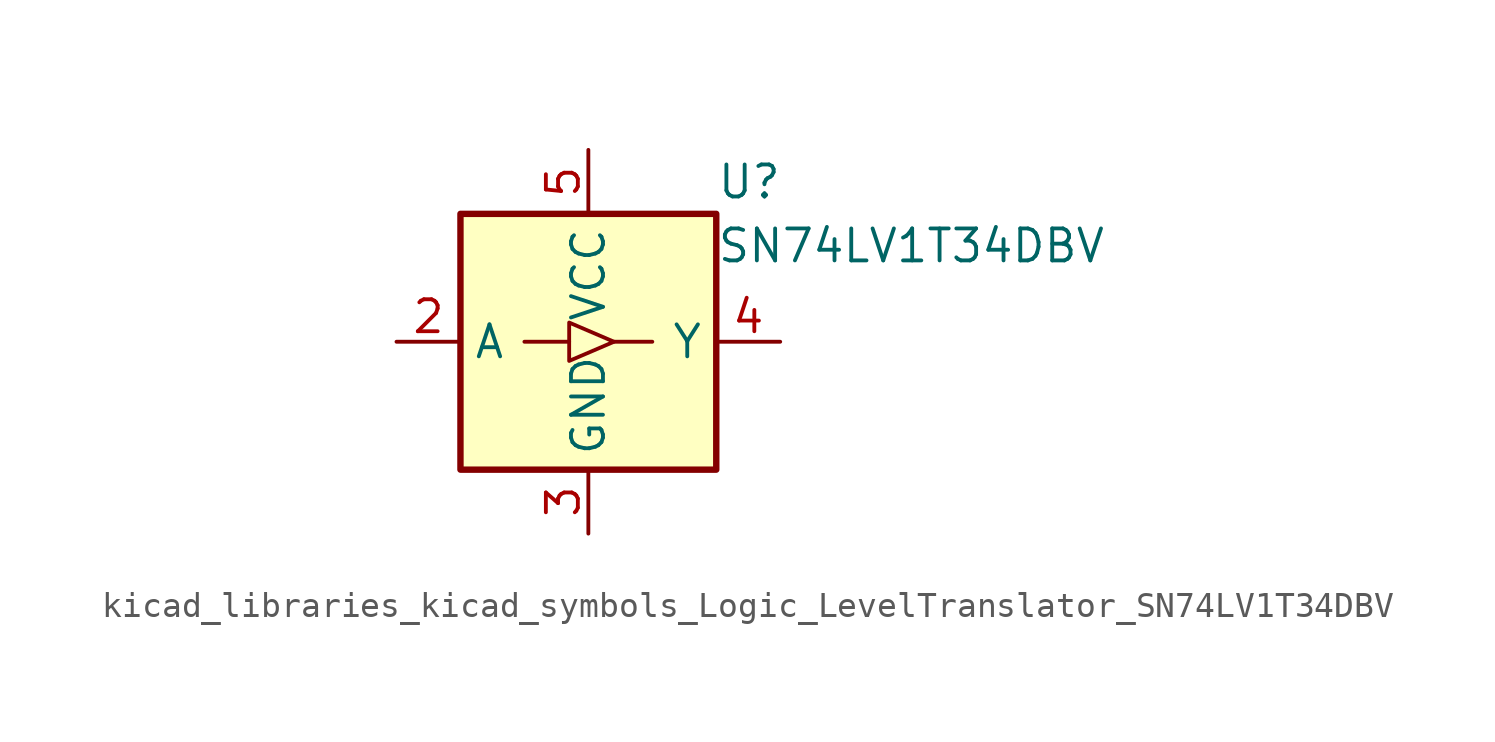
<source format=kicad_sym>
(kicad_symbol_lib
  (version 20220914)
  (generator kicad_symbol_editor)
  (symbol "kicad_libraries_kicad_symbols_Logic_LevelTranslator_SN74LV1T34DBV"
    (property "Reference" "U"
      (at 5.08 6.35 0)
      (effects (font (size 1.27 1.27)) (justify left)))
    (property "Value" "SN74LV1T34DBV"
      (at 5.08 3.81 0)
      (effects (font (size 1.27 1.27)) (justify left)))
    (symbol "kicad_libraries_kicad_symbols_Logic_LevelTranslator_SN74LV1T34DBV_0_1"
      (rectangle (start -5.08 5.08) (end 5.08 -5.08) (stroke (width 0.254) (type default)) (fill (type background)))
      (polyline (pts (xy -0.762 0) (xy -2.54 0)) (stroke (width 0) (type default)) (fill (type none)))
      (polyline (pts (xy 1.016 0) (xy 2.54 0)) (stroke (width 0) (type default)) (fill (type none))))
    (symbol "kicad_libraries_kicad_symbols_Logic_LevelTranslator_SN74LV1T34DBV_1_1"
      (polyline (pts (xy -0.762 -0.762) (xy -0.762 0.762) (xy 1.016 0) (xy -0.762 -0.762)) (stroke (width 0) (type default)) (fill (type none)))
      (pin no_connect line (at -5.08 2.54 0) (length 2.54) hide (name "NC" (effects (font (size 1.27 1.27)))) (number "1" (effects (font (size 1.27 1.27)))))
      (pin input line (at -7.62 0 0) (length 2.54) (name "A" (effects (font (size 1.27 1.27)))) (number "2" (effects (font (size 1.27 1.27)))))
      (pin power_in line (at 0 -7.62 90) (length 2.54) (name "GND" (effects (font (size 1.27 1.27)))) (number "3" (effects (font (size 1.27 1.27)))))
      (pin output line (at 7.62 0 180) (length 2.54) (name "Y" (effects (font (size 1.27 1.27)))) (number "4" (effects (font (size 1.27 1.27)))))
      (pin power_in line (at 0 7.62 270) (length 2.54) (name "VCC" (effects (font (size 1.27 1.27)))) (number "5" (effects (font (size 1.27 1.27))))))))
</source>
